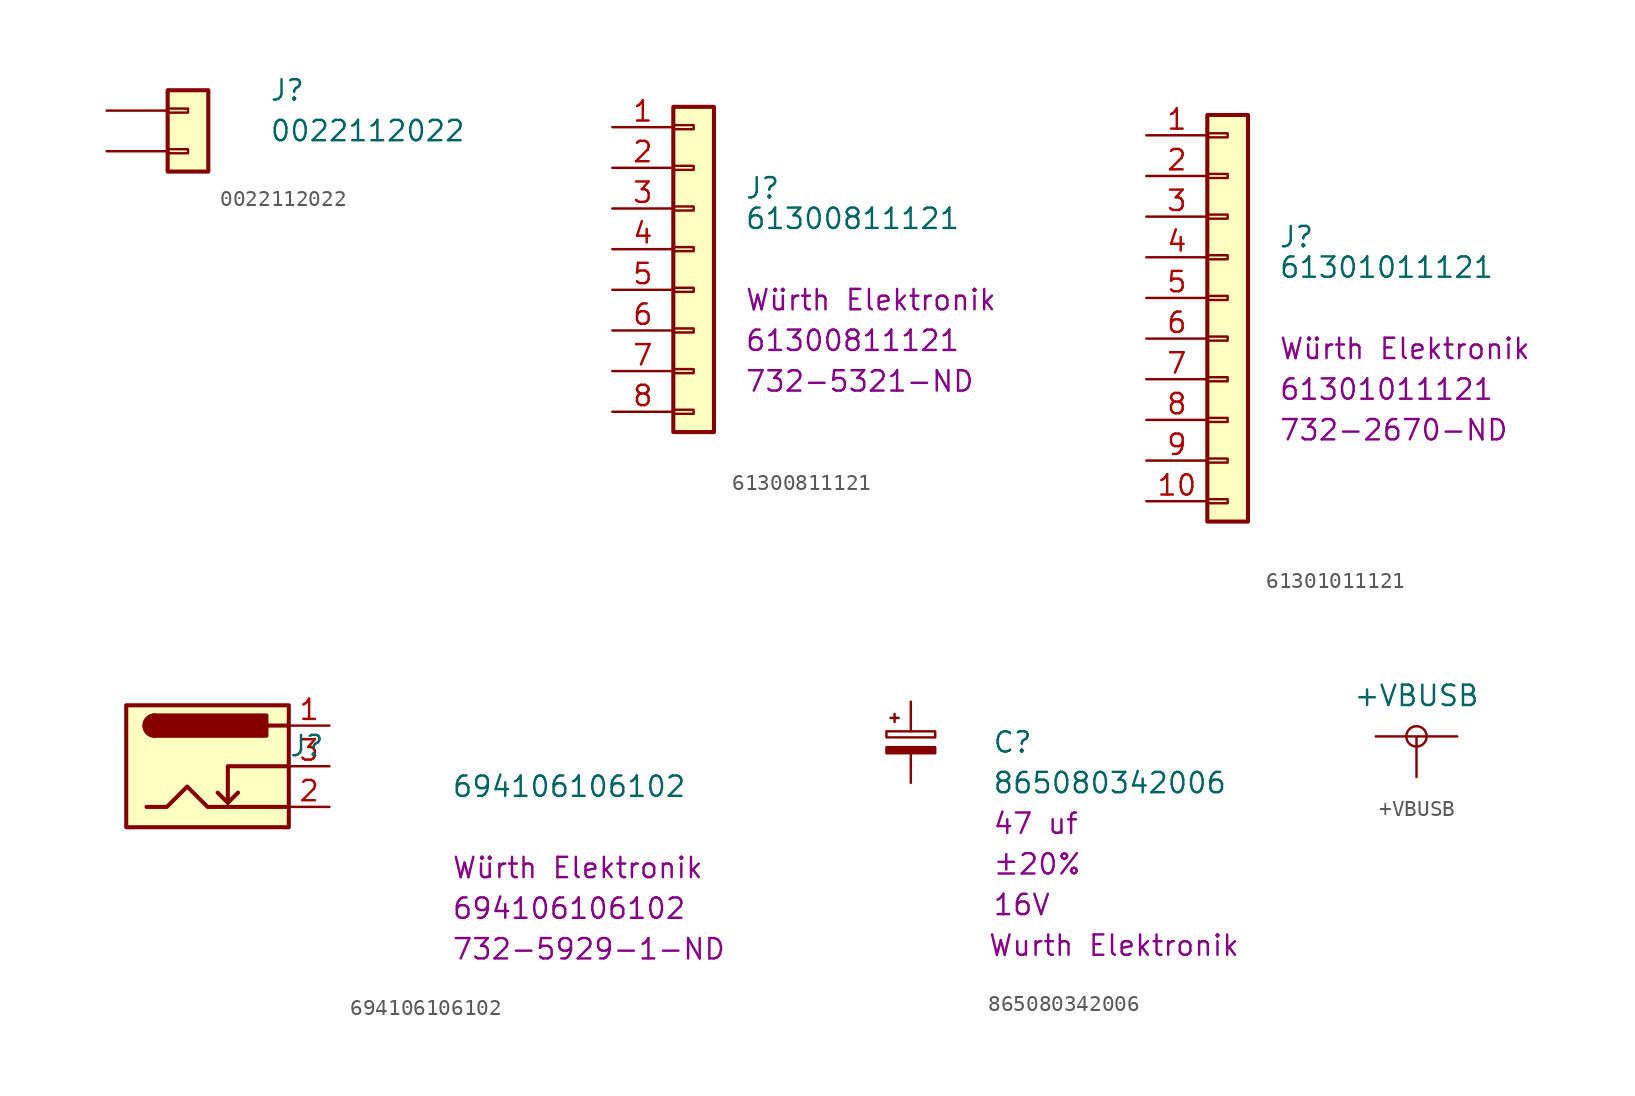
<source format=kicad_sym>
(kicad_symbol_lib
  (version 20220914)
  (generator kicad_symbol_editor)
  (symbol "0022112022"
    (pin_numbers hide)
    (pin_names
      (offset 1.016) hide)
    (property "Reference" "J"
      (at 5.08 1.27 0)
      (effects (font (size 1.27 1.27)) (justify left)))
    (property "Value" "0022112022"
      (at 5.08 -1.27 0)
      (effects (font (size 1.27 1.27)) (justify left)))
    (symbol "0022112022_1_1"
      (rectangle (start -1.27 -2.413) (end 0 -2.667) (stroke (width 0.152) (type default)) (fill (type none)))
      (rectangle (start -1.27 0.127) (end 0 -0.127) (stroke (width 0.152) (type default)) (fill (type none)))
      (rectangle (start -1.27 1.27) (end 1.27 -3.81) (stroke (width 0.254) (type default)) (fill (type background)))
      (pin passive line (at -5.08 0 0) (length 3.81) (name "Pin_1" (effects (font (size 1.27 1.27)))) (number "1" (effects (font (size 1.27 1.27)))))
      (pin passive line (at -5.08 -2.54 0) (length 3.81) (name "Pin_2" (effects (font (size 1.27 1.27)))) (number "2" (effects (font (size 1.27 1.27)))))))
  (symbol "61300811121"
    (pin_names hide)
    (property "Reference" "J"
      (at 3.175 5.08 0)
      (effects (font (size 1.27 1.27)) (justify left)))
    (property "Value" "61300811121"
      (at 3.175 3.175 0)
      (effects (font (size 1.27 1.27)) (justify left)))
    (property "Manufacturer" "Würth Elektronik"
      (at 3.175 -1.905 0)
      (effects (font (size 1.27 1.27)) (justify left)))
    (property "MPN" "61300811121"
      (at 3.175 -4.445 0)
      (effects (font (size 1.27 1.27)) (justify left)))
    (property "Digi-Key_PN" "732-5321-ND"
      (at 3.175 -6.985 0)
      (effects (font (size 1.27 1.27)) (justify left)))
    (symbol "61300811121_1_1"
      (rectangle (start -1.27 -8.763) (end 0 -9.017) (stroke (width 0.152) (type default)) (fill (type none)))
      (rectangle (start -1.27 -6.223) (end 0 -6.477) (stroke (width 0.152) (type default)) (fill (type none)))
      (rectangle (start -1.27 -3.683) (end 0 -3.937) (stroke (width 0.152) (type default)) (fill (type none)))
      (rectangle (start -1.27 -1.143) (end 0 -1.397) (stroke (width 0.152) (type default)) (fill (type none)))
      (rectangle (start -1.27 1.397) (end 0 1.143) (stroke (width 0.152) (type default)) (fill (type none)))
      (rectangle (start -1.27 3.937) (end 0 3.683) (stroke (width 0.152) (type default)) (fill (type none)))
      (rectangle (start -1.27 6.477) (end 0 6.223) (stroke (width 0.152) (type default)) (fill (type none)))
      (rectangle (start -1.27 9.017) (end 0 8.763) (stroke (width 0.152) (type default)) (fill (type none)))
      (rectangle (start -1.27 10.16) (end 1.27 -10.16) (stroke (width 0.254) (type default)) (fill (type background)))
      (pin passive line (at -5.08 8.89 0) (length 3.81) (name "Pin_1" (effects (font (size 1.27 1.27)))) (number "1" (effects (font (size 1.27 1.27)))))
      (pin passive line (at -5.08 6.35 0) (length 3.81) (name "Pin_2" (effects (font (size 1.27 1.27)))) (number "2" (effects (font (size 1.27 1.27)))))
      (pin passive line (at -5.08 3.81 0) (length 3.81) (name "Pin_3" (effects (font (size 1.27 1.27)))) (number "3" (effects (font (size 1.27 1.27)))))
      (pin passive line (at -5.08 1.27 0) (length 3.81) (name "Pin_4" (effects (font (size 1.27 1.27)))) (number "4" (effects (font (size 1.27 1.27)))))
      (pin passive line (at -5.08 -1.27 0) (length 3.81) (name "Pin_5" (effects (font (size 1.27 1.27)))) (number "5" (effects (font (size 1.27 1.27)))))
      (pin passive line (at -5.08 -3.81 0) (length 3.81) (name "Pin_6" (effects (font (size 1.27 1.27)))) (number "6" (effects (font (size 1.27 1.27)))))
      (pin passive line (at -5.08 -6.35 0) (length 3.81) (name "Pin_7" (effects (font (size 1.27 1.27)))) (number "7" (effects (font (size 1.27 1.27)))))
      (pin passive line (at -5.08 -8.89 0) (length 3.81) (name "Pin_8" (effects (font (size 1.27 1.27)))) (number "8" (effects (font (size 1.27 1.27)))))))
  (symbol "61301011121"
    (pin_names hide)
    (property "Reference" "J"
      (at 3.175 5.08 0)
      (effects (font (size 1.27 1.27)) (justify left)))
    (property "Value" "61301011121"
      (at 3.175 3.175 0)
      (effects (font (size 1.27 1.27)) (justify left)))
    (property "Manufacturer" "Würth Elektronik"
      (at 3.175 -1.905 0)
      (effects (font (size 1.27 1.27)) (justify left)))
    (property "MPN" "61301011121"
      (at 3.175 -4.445 0)
      (effects (font (size 1.27 1.27)) (justify left)))
    (property "Digi-Key_PN" "732-2670-ND"
      (at 3.175 -6.985 0)
      (effects (font (size 1.27 1.27)) (justify left)))
    (symbol "61301011121_1_1"
      (rectangle (start -1.27 -11.303) (end 0 -11.557) (stroke (width 0.152) (type default)) (fill (type none)))
      (rectangle (start -1.27 -8.763) (end 0 -9.017) (stroke (width 0.152) (type default)) (fill (type none)))
      (rectangle (start -1.27 -6.223) (end 0 -6.477) (stroke (width 0.152) (type default)) (fill (type none)))
      (rectangle (start -1.27 -3.683) (end 0 -3.937) (stroke (width 0.152) (type default)) (fill (type none)))
      (rectangle (start -1.27 -1.143) (end 0 -1.397) (stroke (width 0.152) (type default)) (fill (type none)))
      (rectangle (start -1.27 1.397) (end 0 1.143) (stroke (width 0.152) (type default)) (fill (type none)))
      (rectangle (start -1.27 3.937) (end 0 3.683) (stroke (width 0.152) (type default)) (fill (type none)))
      (rectangle (start -1.27 6.477) (end 0 6.223) (stroke (width 0.152) (type default)) (fill (type none)))
      (rectangle (start -1.27 9.017) (end 0 8.763) (stroke (width 0.152) (type default)) (fill (type none)))
      (rectangle (start -1.27 11.557) (end 0 11.303) (stroke (width 0.152) (type default)) (fill (type none)))
      (rectangle (start -1.27 12.7) (end 1.27 -12.7) (stroke (width 0.254) (type default)) (fill (type background)))
      (pin passive line (at -5.08 11.43 0) (length 3.81) (name "Pin_1" (effects (font (size 1.27 1.27)))) (number "1" (effects (font (size 1.27 1.27)))))
      (pin passive line (at -5.08 -11.43 0) (length 3.81) (name "Pin_10" (effects (font (size 1.27 1.27)))) (number "10" (effects (font (size 1.27 1.27)))))
      (pin passive line (at -5.08 8.89 0) (length 3.81) (name "Pin_2" (effects (font (size 1.27 1.27)))) (number "2" (effects (font (size 1.27 1.27)))))
      (pin passive line (at -5.08 6.35 0) (length 3.81) (name "Pin_3" (effects (font (size 1.27 1.27)))) (number "3" (effects (font (size 1.27 1.27)))))
      (pin passive line (at -5.08 3.81 0) (length 3.81) (name "Pin_4" (effects (font (size 1.27 1.27)))) (number "4" (effects (font (size 1.27 1.27)))))
      (pin passive line (at -5.08 1.27 0) (length 3.81) (name "Pin_5" (effects (font (size 1.27 1.27)))) (number "5" (effects (font (size 1.27 1.27)))))
      (pin passive line (at -5.08 -1.27 0) (length 3.81) (name "Pin_6" (effects (font (size 1.27 1.27)))) (number "6" (effects (font (size 1.27 1.27)))))
      (pin passive line (at -5.08 -3.81 0) (length 3.81) (name "Pin_7" (effects (font (size 1.27 1.27)))) (number "7" (effects (font (size 1.27 1.27)))))
      (pin passive line (at -5.08 -6.35 0) (length 3.81) (name "Pin_8" (effects (font (size 1.27 1.27)))) (number "8" (effects (font (size 1.27 1.27)))))
      (pin passive line (at -5.08 -8.89 0) (length 3.81) (name "Pin_9" (effects (font (size 1.27 1.27)))) (number "9" (effects (font (size 1.27 1.27)))))))
  (symbol "694106106102"
    (pin_names hide)
    (property "Reference" "J"
      (at 5.08 1.27 0)
      (effects (font (size 1.27 1.27)) (justify left)))
    (property "Value" "694106106102"
      (at 15.24 -1.27 0)
      (effects (font (size 1.27 1.27)) (justify left)))
    (property "Manufacturer" "Würth Elektronik"
      (at 15.24 -6.35 0)
      (effects (font (size 1.27 1.27)) (justify left)))
    (property "MPN" "694106106102"
      (at 15.24 -8.89 0)
      (effects (font (size 1.27 1.27)) (justify left)))
    (property "Digi-Key_PN" "732-5929-1-ND"
      (at 15.24 -11.43 0)
      (effects (font (size 1.27 1.27)) (justify left)))
    (symbol "694106106102_1_1"
      (rectangle (start -5.08 3.81) (end 5.08 -3.81) (stroke (width 0.254) (type default)) (fill (type background)))
      (arc (start -3.302 3.175) (mid -3.9343 2.54) (end -3.302 1.905) (stroke (width 0.254) (type default)) (fill (type none)))
      (arc (start -3.302 3.175) (mid -3.9343 2.54) (end -3.302 1.905) (stroke (width 0.254) (type default)) (fill (type outline)))
      (polyline (pts (xy 1.27 -2.286) (xy 1.905 -1.651)) (stroke (width 0.254) (type default)) (fill (type none)))
      (polyline (pts (xy 5.08 2.54) (xy 3.81 2.54)) (stroke (width 0.254) (type default)) (fill (type none)))
      (polyline (pts (xy 5.08 0) (xy 1.27 0) (xy 1.27 -2.286) (xy 0.635 -1.651)) (stroke (width 0.254) (type default)) (fill (type none)))
      (polyline (pts (xy -3.81 -2.54) (xy -2.54 -2.54) (xy -1.27 -1.27) (xy 0 -2.54) (xy 2.54 -2.54) (xy 5.08 -2.54)) (stroke (width 0.254) (type default)) (fill (type none)))
      (rectangle (start 3.683 3.175) (end -3.302 1.905) (stroke (width 0.254) (type default)) (fill (type outline)))
      (pin passive line (at 7.62 2.54 180) (length 2.54) (name "~" (effects (font (size 1.27 1.27)))) (number "1" (effects (font (size 1.27 1.27)))))
      (pin passive line (at 7.62 -2.54 180) (length 2.54) (name "~" (effects (font (size 1.27 1.27)))) (number "2" (effects (font (size 1.27 1.27)))))
      (pin passive line (at 7.62 0 180) (length 2.54) (name "~" (effects (font (size 1.27 1.27)))) (number "3" (effects (font (size 1.27 1.27)))))))
  (symbol "865080342006"
    (pin_numbers hide)
    (pin_names
      (offset 0.254) hide)
    (property "Reference" "C"
      (at 5.08 0 0)
      (effects (font (size 1.27 1.27)) (justify left)))
    (property "Value" "865080342006"
      (at 5.08 -2.54 0)
      (effects (font (size 1.27 1.27)) (justify left)))
    (property "Value_1" "47 uf"
      (at 5.08 -5.08 0)
      (effects (font (size 1.27 1.27)) (justify left)))
    (property "Tolerance" "±20%"
      (at 5.08 -7.62 0)
      (effects (font (size 1.27 1.27)) (justify left)))
    (property "Voltage Rating" "16V"
      (at 5.08 -10.16 0)
      (effects (font (size 1.27 1.27)) (justify left)))
    (property "Manufacturer" "Wurth Elektronik"
      (at 12.7 -12.7 0)
      (effects (font (size 1.27 1.27))))
    (symbol "865080342006_0_1"
      (rectangle (start -1.524 -0.305) (end 1.524 -0.686) (stroke (width 0) (type default)) (fill (type outline)))
      (rectangle (start -1.524 0.686) (end 1.524 0.305) (stroke (width 0) (type default)) (fill (type none)))
      (polyline (pts (xy -1.27 1.524) (xy -0.762 1.524)) (stroke (width 0) (type default)) (fill (type none)))
      (polyline (pts (xy -1.016 1.27) (xy -1.016 1.778)) (stroke (width 0) (type default)) (fill (type none))))
    (symbol "865080342006_1_1"
      (pin passive line (at 0 2.54 270) (length 1.854) (name "~" (effects (font (size 1.27 1.27)))) (number "1" (effects (font (size 1.27 1.27)))))
      (pin passive line (at 0 -2.54 90) (length 1.854) (name "~" (effects (font (size 1.27 1.27)))) (number "2" (effects (font (size 1.27 1.27)))))))
  (symbol "+VBUSB"
    (power)
    (pin_names
      (offset 0))
    (property "Reference" "#PWR"
      (at 0 -3.81 0)
      (effects (font (size 1.27 1.27)) hide))
    (property "Value" "+VBUSB"
      (at 0 5.08 0)
      (effects (font (size 1.27 1.27))))
    (symbol "+VBUSB_0_1"
      (polyline (pts (xy 0 0) (xy 0 2.54) (xy 2.54 2.54) (xy 0 2.54) (xy -2.54 2.54)) (stroke (width 0) (type default)) (fill (type none)))
      (circle (center 0 2.54) (radius 0.635) (stroke (width 0) (type default)) (fill (type none))))
    (symbol "+VBUSB_1_1"
      (pin power_in line (at 0 0 90) (length 0) hide (name "+VBUSB" (effects (font (size 1.27 1.27)))) (number "1" (effects (font (size 1.27 1.27))))))))
</source>
